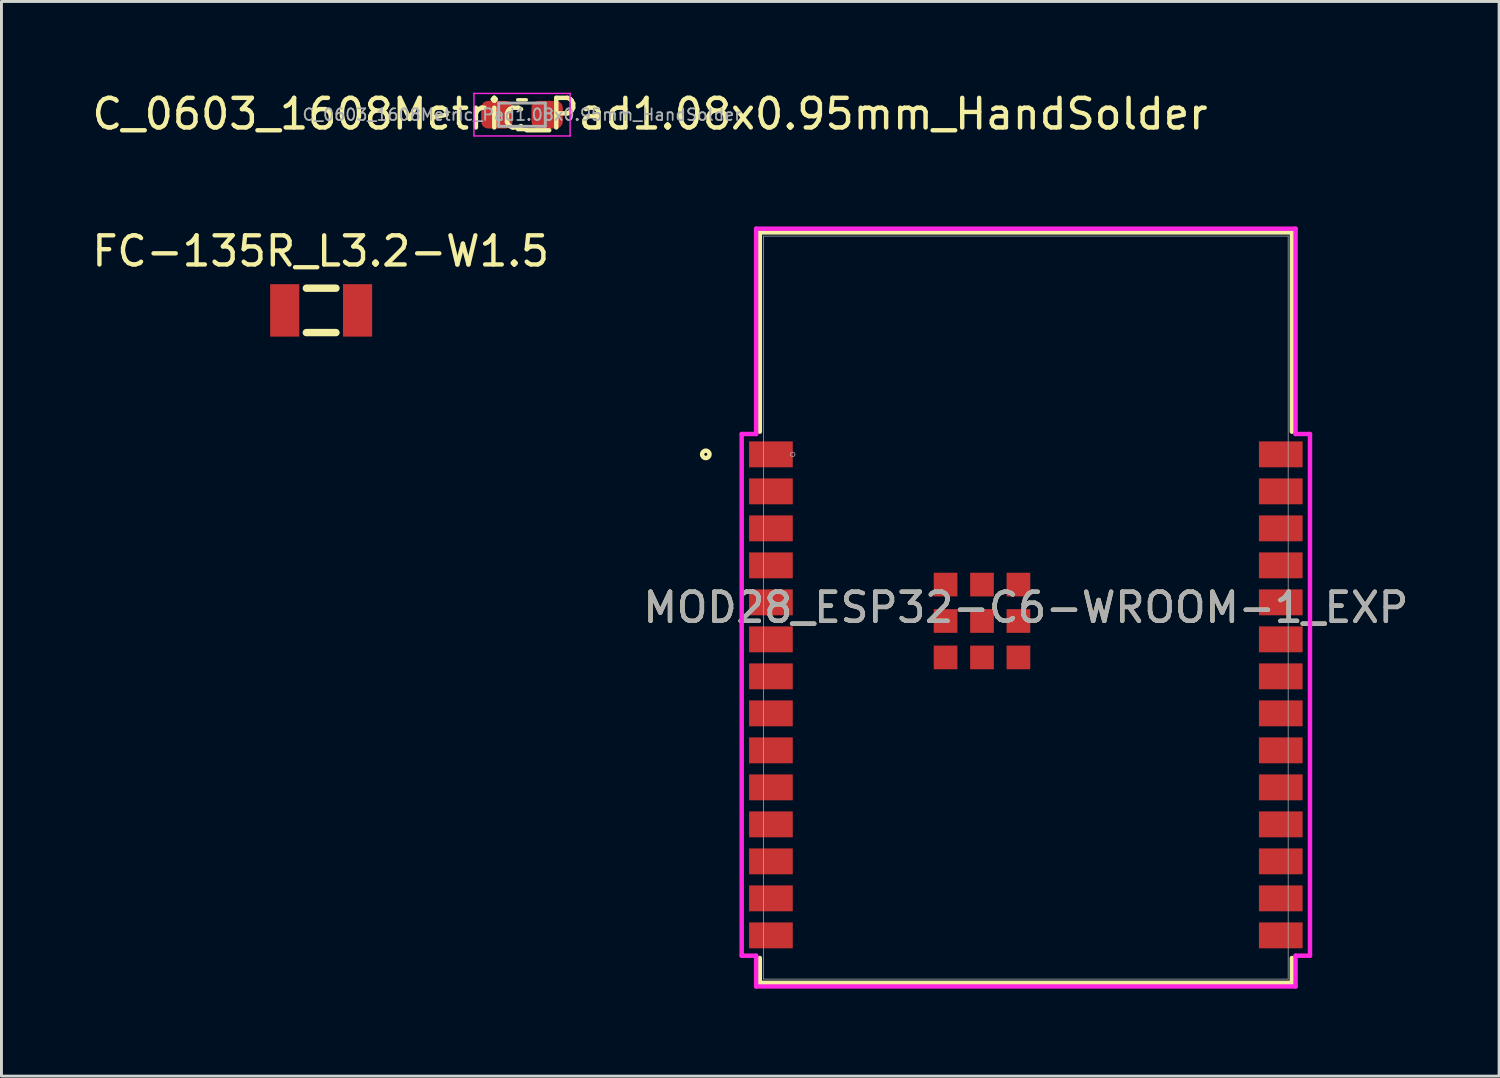
<source format=kicad_pcb>
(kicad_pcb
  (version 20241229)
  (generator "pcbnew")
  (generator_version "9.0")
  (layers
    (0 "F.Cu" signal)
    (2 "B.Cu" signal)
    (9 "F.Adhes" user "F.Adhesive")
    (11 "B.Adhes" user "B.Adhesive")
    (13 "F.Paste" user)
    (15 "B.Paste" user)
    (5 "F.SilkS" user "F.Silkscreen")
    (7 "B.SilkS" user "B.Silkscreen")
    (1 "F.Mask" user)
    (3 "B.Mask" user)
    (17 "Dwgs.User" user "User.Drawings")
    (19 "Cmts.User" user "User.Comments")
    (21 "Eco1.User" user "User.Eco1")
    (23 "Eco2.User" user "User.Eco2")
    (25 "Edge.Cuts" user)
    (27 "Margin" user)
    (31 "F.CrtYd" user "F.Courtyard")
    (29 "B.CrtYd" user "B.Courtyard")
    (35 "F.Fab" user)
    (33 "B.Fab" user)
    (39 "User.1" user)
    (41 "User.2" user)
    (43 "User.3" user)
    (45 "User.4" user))
  (footprint "C_0603_1608Metric_Pad1.08x0.95mm_HandSolder"
    (layer "F.Cu")
    (at 14.867 0.887)
    (property "Reference" "C_0603_1608Metric_Pad1.08x0.95mm_HandSolder" (at 4.394 -0.025 0) (layer "F.SilkS") (effects (font (size 1.016 1.016) (thickness 0.152))))
    (attr smd)
    (fp_line (start -0.146 -0.51) (end 0.146 -0.51) (stroke (width 0.12) (type solid)) (layer "F.SilkS"))
    (fp_line (start -0.146 0.51) (end 0.146 0.51) (stroke (width 0.12) (type solid)) (layer "F.SilkS"))
    (fp_line (start -1.65 -0.73) (end 1.65 -0.73) (stroke (width 0.05) (type solid)) (layer "F.CrtYd"))
    (fp_line (start -1.65 0.73) (end -1.65 -0.73) (stroke (width 0.05) (type solid)) (layer "F.CrtYd"))
    (fp_line (start 1.65 -0.73) (end 1.65 0.73) (stroke (width 0.05) (type solid)) (layer "F.CrtYd"))
    (fp_line (start 1.65 0.73) (end -1.65 0.73) (stroke (width 0.05) (type solid)) (layer "F.CrtYd"))
    (fp_line (start -0.8 -0.4) (end 0.8 -0.4) (stroke (width 0.1) (type solid)) (layer "F.Fab"))
    (fp_line (start -0.8 0.4) (end -0.8 -0.4) (stroke (width 0.1) (type solid)) (layer "F.Fab"))
    (fp_line (start 0.8 -0.4) (end 0.8 0.4) (stroke (width 0.1) (type solid)) (layer "F.Fab"))
    (fp_line (start 0.8 0.4) (end -0.8 0.4) (stroke (width 0.1) (type solid)) (layer "F.Fab"))
    (fp_text user "${REFERENCE}" (at 0 0 0) (layer "F.Fab") (effects (font (size 0.4 0.4) (thickness 0.06))))
    (pad "1" smd roundrect (at -0.863 0) (size 1.075 0.95) (layers "F.Cu" "F.Mask" "F.Paste") (roundrect_rratio 0.25))
    (pad "2" smd roundrect (at 0.863 0) (size 1.075 0.95) (layers "F.Cu" "F.Mask" "F.Paste") (roundrect_rratio 0.25)))
  (footprint "FC-135R_L3.2-W1.5"
    (layer "F.Cu")
    (at 7.973 7.604)
    (property "Reference" "FC-135R_L3.2-W1.5" (at -0.015 -2.032 0) (layer "F.SilkS") (effects (font (size 1 1) (thickness 0.15))))
    (fp_line (start -0.508 -0.762) (end 0.508 -0.762) (stroke (width 0.254) (type default)) (layer "F.SilkS"))
    (fp_line (start 0.508 0.762) (end -0.508 0.762) (stroke (width 0.254) (type default)) (layer "F.SilkS"))
    (fp_poly (pts (xy -1.75 0.9) (xy -1.75 -0.9) (xy -0.75 -0.9) (xy -0.75 0.9)) (stroke (width 0.1) (type default)) (fill no) (layer "User.1"))
    (fp_poly (pts (xy 0.75 0.9) (xy 0.75 -0.9) (xy 1.75 -0.9) (xy 1.75 0.9)) (stroke (width 0.1) (type default)) (fill no) (layer "User.1"))
    (fp_line (start -1.75 -0.9) (end 1.75 -0.9) (stroke (width 0.051) (type default)) (layer "User.2"))
    (fp_line (start -1.75 0.9) (end -1.75 -0.9) (stroke (width 0.051) (type default)) (layer "User.2"))
    (fp_line (start 1.75 -0.9) (end 1.75 0.9) (stroke (width 0.051) (type default)) (layer "User.2"))
    (fp_line (start 1.75 0.9) (end -1.75 0.9) (stroke (width 0.051) (type default)) (layer "User.2"))
    (fp_poly (pts (xy -1.695 0.877) (xy -1.727 0.845) (xy -1.773 0.845) (xy -1.805 0.877) (xy -1.805 0.923) (xy -1.773 0.955) (xy -1.727 0.955) (xy -1.695 0.923)) (stroke (width 0.1) (type default)) (fill no) (layer "User.3"))
    (pad "1" smd rect (at -1.25 0 90) (size 1.8 1) (layers "F.Cu" "F.Mask" "F.Paste"))
    (pad "2" smd rect (at 1.25 0 90) (size 1.8 1) (layers "F.Cu" "F.Mask" "F.Paste")))
  (footprint "MOD28_ESP32-C6-WROOM-1_EXP"
    (layer "F.Cu")
    (at 32.161 17.805)
    (property "Reference" "MOD28_ESP32-C6-WROOM-1_EXP" (at 0 0 0) (unlocked yes) (layer "F.SilkS") (effects (font (size 1 1) (thickness 0.15))))
    (attr smd)
    (fp_line (start -9.131 -12.878) (end 9.131 -12.878) (stroke (width 0.152) (type solid)) (layer "F.SilkS"))
    (fp_line (start -9.131 -6.037) (end -9.131 -12.878) (stroke (width 0.152) (type solid)) (layer "F.SilkS"))
    (fp_line (start -9.131 12.878) (end -9.131 12.027) (stroke (width 0.152) (type solid)) (layer "F.SilkS"))
    (fp_line (start 9.131 -12.878) (end 9.131 -6.037) (stroke (width 0.152) (type solid)) (layer "F.SilkS"))
    (fp_line (start 9.131 12.027) (end 9.131 12.878) (stroke (width 0.152) (type solid)) (layer "F.SilkS"))
    (fp_line (start 9.131 12.878) (end -9.131 12.878) (stroke (width 0.152) (type solid)) (layer "F.SilkS"))
    (fp_circle (center -10.985 -5.26) (end -10.858 -5.26) (stroke (width 0.152) (type solid)) (fill no) (layer "F.SilkS"))
    (fp_poly (pts (xy -9.004 -12.751) (xy -9.004 -6.756) (xy 9.004 -6.756) (xy 9.004 -12.751)) (stroke (width 0.1) (type solid)) (fill no) (layer "Eco2.User"))
    (fp_line (start -9.753 -5.958) (end -9.753 11.948) (stroke (width 0.152) (type solid)) (layer "F.CrtYd"))
    (fp_line (start -9.753 11.948) (end -9.258 11.948) (stroke (width 0.152) (type solid)) (layer "F.CrtYd"))
    (fp_line (start -9.258 -13.005) (end -9.258 -5.958) (stroke (width 0.152) (type solid)) (layer "F.CrtYd"))
    (fp_line (start -9.258 -5.958) (end -9.753 -5.958) (stroke (width 0.152) (type solid)) (layer "F.CrtYd"))
    (fp_line (start -9.258 11.948) (end -9.258 13.005) (stroke (width 0.152) (type solid)) (layer "F.CrtYd"))
    (fp_line (start -9.258 13.005) (end 9.258 13.005) (stroke (width 0.152) (type solid)) (layer "F.CrtYd"))
    (fp_line (start 9.258 -13.005) (end -9.258 -13.005) (stroke (width 0.152) (type solid)) (layer "F.CrtYd"))
    (fp_line (start 9.258 -5.958) (end 9.258 -13.005) (stroke (width 0.152) (type solid)) (layer "F.CrtYd"))
    (fp_line (start 9.258 11.948) (end 9.753 11.948) (stroke (width 0.152) (type solid)) (layer "F.CrtYd"))
    (fp_line (start 9.258 13.005) (end 9.258 11.948) (stroke (width 0.152) (type solid)) (layer "F.CrtYd"))
    (fp_line (start 9.753 -5.958) (end 9.258 -5.958) (stroke (width 0.152) (type solid)) (layer "F.CrtYd"))
    (fp_line (start 9.753 11.948) (end 9.753 -5.958) (stroke (width 0.152) (type solid)) (layer "F.CrtYd"))
    (fp_line (start -9.004 -12.751) (end -9.004 12.751) (stroke (width 0.025) (type solid)) (layer "F.Fab"))
    (fp_line (start -9.004 12.751) (end 9.004 12.751) (stroke (width 0.025) (type solid)) (layer "F.Fab"))
    (fp_line (start 9.004 -12.751) (end -9.004 -12.751) (stroke (width 0.025) (type solid)) (layer "F.Fab"))
    (fp_line (start 9.004 12.751) (end 9.004 -12.751) (stroke (width 0.025) (type solid)) (layer "F.Fab"))
    (fp_circle (center -8.001 -5.26) (end -7.925 -5.26) (stroke (width 0.025) (type solid)) (fill no) (layer "F.Fab"))
    (fp_text user "${REFERENCE}" (at 0 0 0) (unlocked yes) (layer "F.Fab") (effects (font (size 1 1) (thickness 0.15))))
    (pad "1" smd rect (at -8.75 -5.26) (size 1.499 0.889) (layers "F.Cu" "F.Mask" "F.Paste"))
    (pad "2" smd rect (at -8.75 -3.99) (size 1.499 0.889) (layers "F.Cu" "F.Mask" "F.Paste"))
    (pad "3" smd rect (at -8.75 -2.72) (size 1.499 0.889) (layers "F.Cu" "F.Mask" "F.Paste"))
    (pad "4" smd rect (at -8.75 -1.45) (size 1.499 0.889) (layers "F.Cu" "F.Mask" "F.Paste"))
    (pad "5" smd rect (at -8.75 -0.18) (size 1.499 0.889) (layers "F.Cu" "F.Mask" "F.Paste"))
    (pad "6" smd rect (at -8.75 1.09) (size 1.499 0.889) (layers "F.Cu" "F.Mask" "F.Paste"))
    (pad "7" smd rect (at -8.75 2.36) (size 1.499 0.889) (layers "F.Cu" "F.Mask" "F.Paste"))
    (pad "8" smd rect (at -8.75 3.63) (size 1.499 0.889) (layers "F.Cu" "F.Mask" "F.Paste"))
    (pad "9" smd rect (at -8.75 4.9) (size 1.499 0.889) (layers "F.Cu" "F.Mask" "F.Paste"))
    (pad "10" smd rect (at -8.75 6.17) (size 1.499 0.889) (layers "F.Cu" "F.Mask" "F.Paste"))
    (pad "11" smd rect (at -8.75 7.44) (size 1.499 0.889) (layers "F.Cu" "F.Mask" "F.Paste"))
    (pad "12" smd rect (at -8.75 8.71) (size 1.499 0.889) (layers "F.Cu" "F.Mask" "F.Paste"))
    (pad "13" smd rect (at -8.75 9.98) (size 1.499 0.889) (layers "F.Cu" "F.Mask" "F.Paste"))
    (pad "14" smd rect (at -8.75 11.25) (size 1.499 0.889) (layers "F.Cu" "F.Mask" "F.Paste"))
    (pad "15" smd rect (at 8.75 11.25) (size 1.499 0.889) (layers "F.Cu" "F.Mask" "F.Paste"))
    (pad "16" smd rect (at 8.75 9.98) (size 1.499 0.889) (layers "F.Cu" "F.Mask" "F.Paste"))
    (pad "17" smd rect (at 8.75 8.71) (size 1.499 0.889) (layers "F.Cu" "F.Mask" "F.Paste"))
    (pad "18" smd rect (at 8.75 7.44) (size 1.499 0.889) (layers "F.Cu" "F.Mask" "F.Paste"))
    (pad "19" smd rect (at 8.75 6.17) (size 1.499 0.889) (layers "F.Cu" "F.Mask" "F.Paste"))
    (pad "20" smd rect (at 8.75 4.9) (size 1.499 0.889) (layers "F.Cu" "F.Mask" "F.Paste"))
    (pad "21" smd rect (at 8.75 3.63) (size 1.499 0.889) (layers "F.Cu" "F.Mask" "F.Paste"))
    (pad "22" smd rect (at 8.75 2.36) (size 1.499 0.889) (layers "F.Cu" "F.Mask" "F.Paste"))
    (pad "23" smd rect (at 8.75 1.09) (size 1.499 0.889) (layers "F.Cu" "F.Mask" "F.Paste"))
    (pad "24" smd rect (at 8.75 -0.18) (size 1.499 0.889) (layers "F.Cu" "F.Mask" "F.Paste"))
    (pad "25" smd rect (at 8.75 -1.45) (size 1.499 0.889) (layers "F.Cu" "F.Mask" "F.Paste"))
    (pad "26" smd rect (at 8.75 -2.72) (size 1.499 0.889) (layers "F.Cu" "F.Mask" "F.Paste"))
    (pad "27" smd rect (at 8.75 -3.99) (size 1.499 0.889) (layers "F.Cu" "F.Mask" "F.Paste"))
    (pad "28" smd rect (at 8.75 -5.26) (size 1.499 0.889) (layers "F.Cu" "F.Mask" "F.Paste"))
    (pad "29" smd rect (at -1.505 0.46) (size 0.813 0.813) (layers "F.Cu" "F.Mask" "F.Paste"))
    (pad "30" smd rect (at -2.755 -0.79) (size 0.813 0.813) (layers "F.Cu" "F.Mask" "F.Paste"))
    (pad "31" smd rect (at -2.755 0.46) (size 0.813 0.813) (layers "F.Cu" "F.Mask" "F.Paste"))
    (pad "32" smd rect (at -2.755 1.71) (size 0.813 0.813) (layers "F.Cu" "F.Mask" "F.Paste"))
    (pad "33" smd rect (at -1.505 1.71) (size 0.813 0.813) (layers "F.Cu" "F.Mask" "F.Paste"))
    (pad "34" smd rect (at -0.255 1.71) (size 0.813 0.813) (layers "F.Cu" "F.Mask" "F.Paste"))
    (pad "35" smd rect (at -0.255 0.46) (size 0.813 0.813) (layers "F.Cu" "F.Mask" "F.Paste"))
    (pad "36" smd rect (at -0.255 -0.79) (size 0.813 0.813) (layers "F.Cu" "F.Mask" "F.Paste"))
    (pad "37" smd rect (at -1.505 -0.79) (size 0.813 0.813) (layers "F.Cu" "F.Mask" "F.Paste")))
  (gr_rect
    (start -3 -3)
    (end 48.405 33.886)
    (stroke (width 0.1) (type default))
    (fill no)
    (layer "Edge.Cuts")))
</source>
